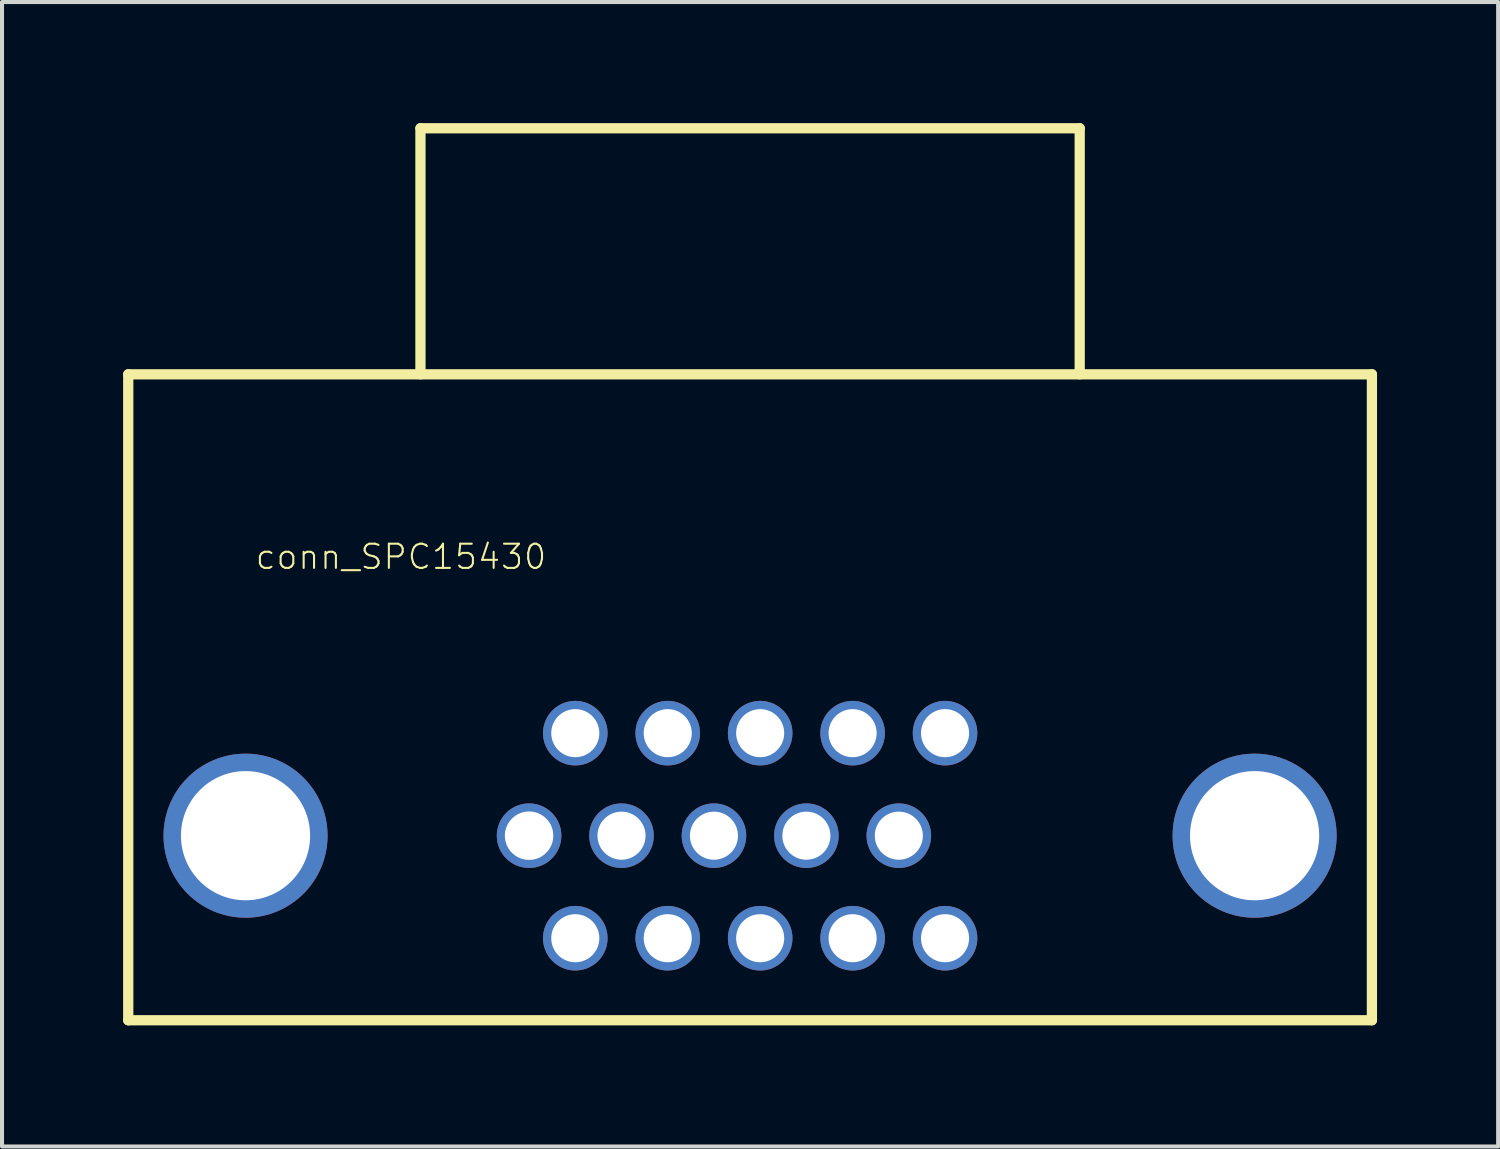
<source format=kicad_pcb>
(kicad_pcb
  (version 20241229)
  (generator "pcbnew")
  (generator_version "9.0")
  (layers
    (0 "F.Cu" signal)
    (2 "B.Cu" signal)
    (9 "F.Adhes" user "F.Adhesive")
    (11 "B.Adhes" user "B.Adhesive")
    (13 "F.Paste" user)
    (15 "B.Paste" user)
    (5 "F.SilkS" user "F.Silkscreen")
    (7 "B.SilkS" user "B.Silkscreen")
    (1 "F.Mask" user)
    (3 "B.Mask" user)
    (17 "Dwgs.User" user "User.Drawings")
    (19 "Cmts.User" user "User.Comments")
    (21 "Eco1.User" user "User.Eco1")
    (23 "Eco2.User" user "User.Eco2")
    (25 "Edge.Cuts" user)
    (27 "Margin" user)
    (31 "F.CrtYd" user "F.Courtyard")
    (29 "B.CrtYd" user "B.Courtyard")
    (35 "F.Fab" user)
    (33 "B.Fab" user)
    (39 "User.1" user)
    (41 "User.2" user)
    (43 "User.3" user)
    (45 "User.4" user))
  (footprint "conn_SPC15430"
    (layer "F.Cu")
    (at 15.532 17.653)
    (property "Reference" "conn_SPC15430" (at -8.649 -6.909 0) (layer "F.SilkS") (effects (font (size 0.599 0.599) (thickness 0.051))))
    (attr through_hole)
    (fp_line (start -15.405 -11.43) (end -15.405 4.572) (stroke (width 0.254) (type solid)) (layer "F.SilkS"))
    (fp_line (start -15.405 -11.43) (end 15.405 -11.43) (stroke (width 0.254) (type solid)) (layer "F.SilkS"))
    (fp_line (start -8.166 -17.526) (end -8.166 -11.43) (stroke (width 0.254) (type solid)) (layer "F.SilkS"))
    (fp_line (start -8.166 -17.526) (end 8.166 -17.526) (stroke (width 0.254) (type solid)) (layer "F.SilkS"))
    (fp_line (start 8.166 -17.526) (end 8.166 -11.43) (stroke (width 0.254) (type solid)) (layer "F.SilkS"))
    (fp_line (start 15.405 -11.43) (end 15.405 4.572) (stroke (width 0.254) (type solid)) (layer "F.SilkS"))
    (fp_line (start 15.405 4.572) (end -15.405 4.572) (stroke (width 0.254) (type solid)) (layer "F.SilkS"))
    (pad "0" thru_hole circle (at -12.499 0) (size 4.064 4.064) (drill 3.2) (layers "*.Cu" "*.Mask"))
    (pad "0" thru_hole circle (at 12.499 0) (size 4.064 4.064) (drill 3.2) (layers "*.Cu" "*.Mask"))
    (pad "1" thru_hole circle (at -4.33 2.54) (size 1.6 1.6) (drill 1.191) (layers "*.Cu" "*.Mask"))
    (pad "2" thru_hole circle (at -2.04 2.54) (size 1.6 1.6) (drill 1.191) (layers "*.Cu" "*.Mask"))
    (pad "3" thru_hole circle (at 0.25 2.54) (size 1.6 1.6) (drill 1.191) (layers "*.Cu" "*.Mask"))
    (pad "4" thru_hole circle (at 2.54 2.54) (size 1.6 1.6) (drill 1.191) (layers "*.Cu" "*.Mask"))
    (pad "5" thru_hole circle (at 4.83 2.54) (size 1.6 1.6) (drill 1.191) (layers "*.Cu" "*.Mask"))
    (pad "6" thru_hole circle (at -5.475 0) (size 1.6 1.6) (drill 1.2) (layers "*.Cu" "*.Mask"))
    (pad "7" thru_hole circle (at -3.185 0) (size 1.6 1.6) (drill 1.191) (layers "*.Cu" "*.Mask"))
    (pad "8" thru_hole circle (at -0.895 0) (size 1.6 1.6) (drill 1.191) (layers "*.Cu" "*.Mask"))
    (pad "9" thru_hole circle (at 1.395 0) (size 1.6 1.6) (drill 1.191) (layers "*.Cu" "*.Mask"))
    (pad "10" thru_hole circle (at 3.685 0) (size 1.6 1.6) (drill 1.191) (layers "*.Cu" "*.Mask"))
    (pad "11" thru_hole circle (at -4.33 -2.54) (size 1.6 1.6) (drill 1.191) (layers "*.Cu" "*.Mask"))
    (pad "12" thru_hole circle (at -2.04 -2.54) (size 1.6 1.6) (drill 1.191) (layers "*.Cu" "*.Mask"))
    (pad "13" thru_hole circle (at 0.25 -2.54) (size 1.6 1.6) (drill 1.191) (layers "*.Cu" "*.Mask"))
    (pad "14" thru_hole circle (at 2.54 -2.54) (size 1.6 1.6) (drill 1.191) (layers "*.Cu" "*.Mask"))
    (pad "15" thru_hole circle (at 4.83 -2.54) (size 1.6 1.6) (drill 1.191) (layers "*.Cu" "*.Mask")))
  (gr_rect
    (start -3 -3)
    (end 34.064 25.352)
    (stroke (width 0.1) (type default))
    (fill no)
    (layer "Edge.Cuts")))
</source>
